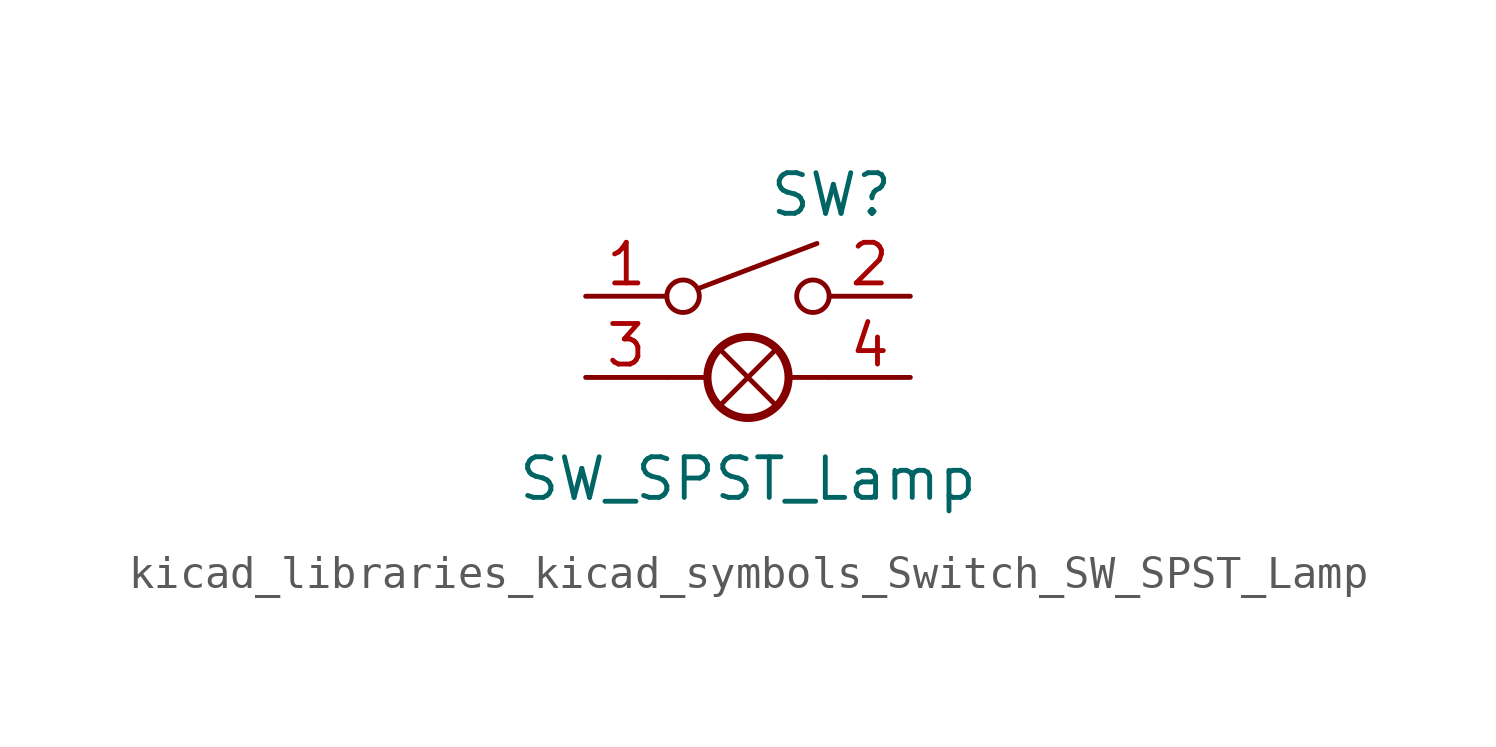
<source format=kicad_sym>
(kicad_symbol_lib
  (version 20220914)
  (generator kicad_symbol_editor)
  (symbol "kicad_libraries_kicad_symbols_Switch_SW_SPST_Lamp"
    (pin_names
      (offset 1.016) hide)
    (property "Reference" "SW"
      (at 0.635 5.715 0)
      (effects (font (size 1.27 1.27)) (justify left)))
    (property "Value" "SW_SPST_Lamp"
      (at 0 -3.175 0)
      (effects (font (size 1.27 1.27))))
    (symbol "kicad_libraries_kicad_symbols_Switch_SW_SPST_Lamp_0_1"
      (circle (center -2.032 2.54) (radius 0.508) (stroke (width 0) (type default)) (fill (type none)))
      (polyline (pts (xy -2.54 0) (xy -1.27 0)) (stroke (width 0) (type default)) (fill (type none)))
      (polyline (pts (xy -1.524 2.794) (xy 2.159 4.191)) (stroke (width 0) (type default)) (fill (type none)))
      (polyline (pts (xy -0.889 -0.889) (xy 0.889 0.889)) (stroke (width 0) (type default)) (fill (type none)))
      (polyline (pts (xy 0.889 -0.889) (xy -0.889 0.889)) (stroke (width 0) (type default)) (fill (type none)))
      (polyline (pts (xy 2.54 0) (xy 1.27 0)) (stroke (width 0) (type default)) (fill (type none)))
      (circle (center 0 0) (radius 1.27) (stroke (width 0.254) (type default)) (fill (type none)))
      (circle (center 2.032 2.54) (radius 0.508) (stroke (width 0) (type default)) (fill (type none)))
      (pin passive line (at -5.08 2.54 0) (length 2.54) (name "1" (effects (font (size 1.27 1.27)))) (number "1" (effects (font (size 1.27 1.27)))))
      (pin passive line (at 5.08 2.54 180) (length 2.54) (name "2" (effects (font (size 1.27 1.27)))) (number "2" (effects (font (size 1.27 1.27)))))
      (pin passive line (at -5.08 0 0) (length 2.54) (name "L" (effects (font (size 1.27 1.27)))) (number "3" (effects (font (size 1.27 1.27)))))
      (pin passive line (at 5.08 0 180) (length 2.54) (name "L" (effects (font (size 1.27 1.27)))) (number "4" (effects (font (size 1.27 1.27))))))))
</source>
